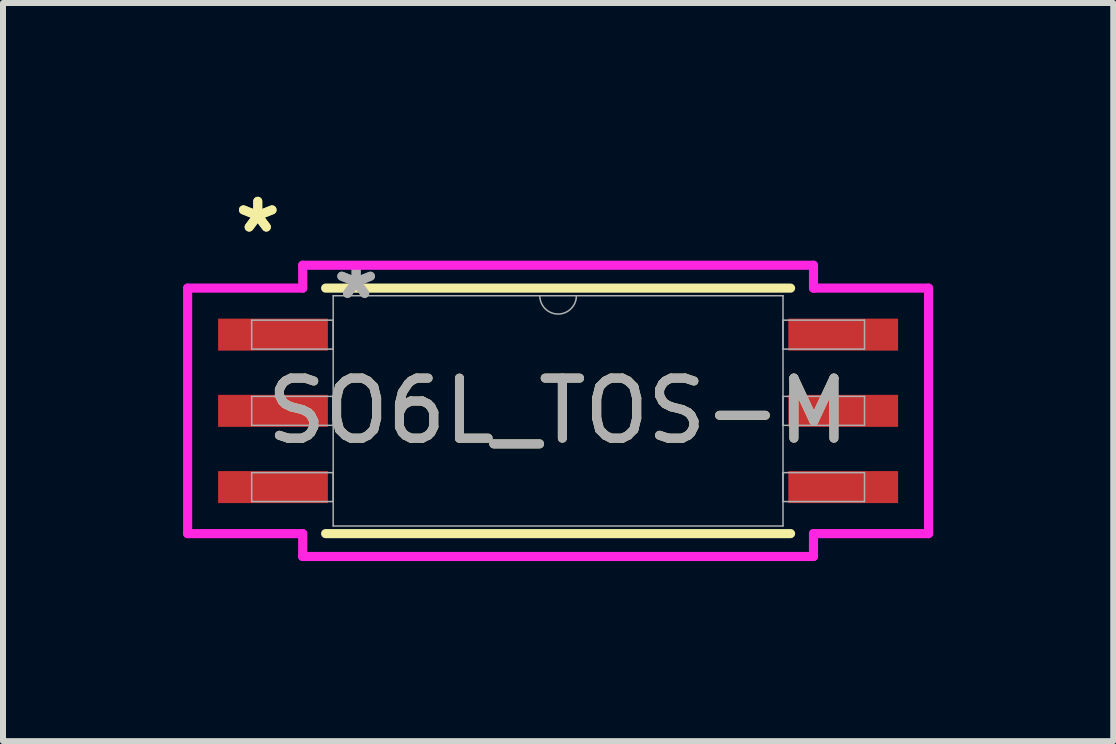
<source format=kicad_pcb>
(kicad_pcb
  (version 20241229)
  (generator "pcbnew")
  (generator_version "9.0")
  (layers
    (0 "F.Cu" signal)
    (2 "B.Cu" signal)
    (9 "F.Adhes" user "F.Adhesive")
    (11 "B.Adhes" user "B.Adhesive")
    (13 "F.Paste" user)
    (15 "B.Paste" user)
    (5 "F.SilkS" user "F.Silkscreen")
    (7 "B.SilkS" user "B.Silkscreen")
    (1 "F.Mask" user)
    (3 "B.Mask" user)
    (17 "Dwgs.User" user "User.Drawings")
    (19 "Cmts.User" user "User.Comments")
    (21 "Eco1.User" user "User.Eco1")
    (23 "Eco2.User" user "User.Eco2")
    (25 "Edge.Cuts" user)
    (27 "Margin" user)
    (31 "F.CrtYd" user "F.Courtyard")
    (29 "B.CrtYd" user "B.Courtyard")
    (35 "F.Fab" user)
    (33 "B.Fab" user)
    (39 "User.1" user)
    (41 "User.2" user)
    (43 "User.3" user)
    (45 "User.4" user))
  (footprint "SO6L_TOS-M"
    (layer "F.Cu")
    (at 6.248 3.795)
    (property "Reference" "SO6L_TOS-M" (at 0 0 0) (unlocked yes) (layer "F.SilkS") (effects (font (size 1 1) (thickness 0.15))))
    (attr smd)
    (fp_line (start -3.873 2.045) (end 3.873 2.045) (stroke (width 0.152) (type solid)) (layer "F.SilkS"))
    (fp_line (start 3.873 -2.045) (end -3.873 -2.045) (stroke (width 0.152) (type solid)) (layer "F.SilkS"))
    (fp_line (start -6.172 -2.045) (end -4.255 -2.045) (stroke (width 0.152) (type solid)) (layer "F.CrtYd"))
    (fp_line (start -6.172 2.045) (end -6.172 -2.045) (stroke (width 0.152) (type solid)) (layer "F.CrtYd"))
    (fp_line (start -6.172 2.045) (end -4.255 2.045) (stroke (width 0.152) (type solid)) (layer "F.CrtYd"))
    (fp_line (start -4.255 -2.426) (end 4.255 -2.426) (stroke (width 0.152) (type solid)) (layer "F.CrtYd"))
    (fp_line (start -4.255 -2.045) (end -4.255 -2.426) (stroke (width 0.152) (type solid)) (layer "F.CrtYd"))
    (fp_line (start -4.255 2.426) (end -4.255 2.045) (stroke (width 0.152) (type solid)) (layer "F.CrtYd"))
    (fp_line (start 4.255 -2.426) (end 4.255 -2.045) (stroke (width 0.152) (type solid)) (layer "F.CrtYd"))
    (fp_line (start 4.255 2.045) (end 4.255 2.426) (stroke (width 0.152) (type solid)) (layer "F.CrtYd"))
    (fp_line (start 4.255 2.426) (end -4.255 2.426) (stroke (width 0.152) (type solid)) (layer "F.CrtYd"))
    (fp_line (start 6.172 -2.045) (end 4.255 -2.045) (stroke (width 0.152) (type solid)) (layer "F.CrtYd"))
    (fp_line (start 6.172 -2.045) (end 6.172 2.045) (stroke (width 0.152) (type solid)) (layer "F.CrtYd"))
    (fp_line (start 6.172 2.045) (end 4.255 2.045) (stroke (width 0.152) (type solid)) (layer "F.CrtYd"))
    (fp_line (start -5.105 -1.511) (end -5.105 -1.029) (stroke (width 0.025) (type solid)) (layer "F.Fab"))
    (fp_line (start -5.105 -1.029) (end -3.747 -1.029) (stroke (width 0.025) (type solid)) (layer "F.Fab"))
    (fp_line (start -5.105 -0.241) (end -5.105 0.241) (stroke (width 0.025) (type solid)) (layer "F.Fab"))
    (fp_line (start -5.105 0.241) (end -3.747 0.241) (stroke (width 0.025) (type solid)) (layer "F.Fab"))
    (fp_line (start -5.105 1.029) (end -5.105 1.511) (stroke (width 0.025) (type solid)) (layer "F.Fab"))
    (fp_line (start -5.105 1.511) (end -3.747 1.511) (stroke (width 0.025) (type solid)) (layer "F.Fab"))
    (fp_line (start -3.747 -1.918) (end -3.747 1.918) (stroke (width 0.025) (type solid)) (layer "F.Fab"))
    (fp_line (start -3.747 -1.511) (end -5.105 -1.511) (stroke (width 0.025) (type solid)) (layer "F.Fab"))
    (fp_line (start -3.747 -1.029) (end -3.747 -1.511) (stroke (width 0.025) (type solid)) (layer "F.Fab"))
    (fp_line (start -3.747 -0.241) (end -5.105 -0.241) (stroke (width 0.025) (type solid)) (layer "F.Fab"))
    (fp_line (start -3.747 0.241) (end -3.747 -0.241) (stroke (width 0.025) (type solid)) (layer "F.Fab"))
    (fp_line (start -3.747 1.029) (end -5.105 1.029) (stroke (width 0.025) (type solid)) (layer "F.Fab"))
    (fp_line (start -3.747 1.511) (end -3.747 1.029) (stroke (width 0.025) (type solid)) (layer "F.Fab"))
    (fp_line (start -3.747 1.918) (end 3.747 1.918) (stroke (width 0.025) (type solid)) (layer "F.Fab"))
    (fp_line (start 3.747 -1.918) (end -3.747 -1.918) (stroke (width 0.025) (type solid)) (layer "F.Fab"))
    (fp_line (start 3.747 -1.511) (end 3.747 -1.029) (stroke (width 0.025) (type solid)) (layer "F.Fab"))
    (fp_line (start 3.747 -1.029) (end 5.105 -1.029) (stroke (width 0.025) (type solid)) (layer "F.Fab"))
    (fp_line (start 3.747 -0.241) (end 3.747 0.241) (stroke (width 0.025) (type solid)) (layer "F.Fab"))
    (fp_line (start 3.747 0.241) (end 5.105 0.241) (stroke (width 0.025) (type solid)) (layer "F.Fab"))
    (fp_line (start 3.747 1.029) (end 3.747 1.511) (stroke (width 0.025) (type solid)) (layer "F.Fab"))
    (fp_line (start 3.747 1.511) (end 5.105 1.511) (stroke (width 0.025) (type solid)) (layer "F.Fab"))
    (fp_line (start 3.747 1.918) (end 3.747 -1.918) (stroke (width 0.025) (type solid)) (layer "F.Fab"))
    (fp_line (start 5.105 -1.511) (end 3.747 -1.511) (stroke (width 0.025) (type solid)) (layer "F.Fab"))
    (fp_line (start 5.105 -1.029) (end 5.105 -1.511) (stroke (width 0.025) (type solid)) (layer "F.Fab"))
    (fp_line (start 5.105 -0.241) (end 3.747 -0.241) (stroke (width 0.025) (type solid)) (layer "F.Fab"))
    (fp_line (start 5.105 0.241) (end 5.105 -0.241) (stroke (width 0.025) (type solid)) (layer "F.Fab"))
    (fp_line (start 5.105 1.029) (end 3.747 1.029) (stroke (width 0.025) (type solid)) (layer "F.Fab"))
    (fp_line (start 5.105 1.511) (end 5.105 1.029) (stroke (width 0.025) (type solid)) (layer "F.Fab"))
    (fp_arc (start 0.3048 -1.9177) (mid 0 -1.6129) (end -0.3048 -1.9177) (stroke (width 0.0254) (type solid)) (layer "F.Fab"))
    (fp_text user "*" (at -5.004 -2.946 0) (unlocked yes) (layer "F.SilkS") (effects (font (size 1 1) (thickness 0.15))))
    (fp_text user "*" (at -5.004 -2.946 0) (layer "F.SilkS") (effects (font (size 1 1) (thickness 0.15))))
    (fp_text user "*" (at -3.365 -1.841 0) (layer "F.Fab") (effects (font (size 1 1) (thickness 0.15))))
    (fp_text user "${REFERENCE}" (at 0 0 0) (unlocked yes) (layer "F.Fab") (effects (font (size 1 1) (thickness 0.15))))
    (fp_text user "*" (at -3.365 -1.841 0) (unlocked yes) (layer "F.Fab") (effects (font (size 1 1) (thickness 0.15))))
    (pad "1" smd rect (at -4.75 -1.27) (size 1.829 0.533) (layers "F.Cu" "F.Mask" "F.Paste"))
    (pad "2" smd rect (at -4.75 0) (size 1.829 0.533) (layers "F.Cu" "F.Mask" "F.Paste"))
    (pad "3" smd rect (at -4.75 1.27) (size 1.829 0.533) (layers "F.Cu" "F.Mask" "F.Paste"))
    (pad "4" smd rect (at 4.75 1.27) (size 1.829 0.533) (layers "F.Cu" "F.Mask" "F.Paste"))
    (pad "5" smd rect (at 4.75 0) (size 1.829 0.533) (layers "F.Cu" "F.Mask" "F.Paste"))
    (pad "6" smd rect (at 4.75 -1.27) (size 1.829 0.533) (layers "F.Cu" "F.Mask" "F.Paste")))
  (gr_rect
    (start -3 -3)
    (end 15.497 9.297)
    (stroke (width 0.1) (type default))
    (fill no)
    (layer "Edge.Cuts")))
</source>
